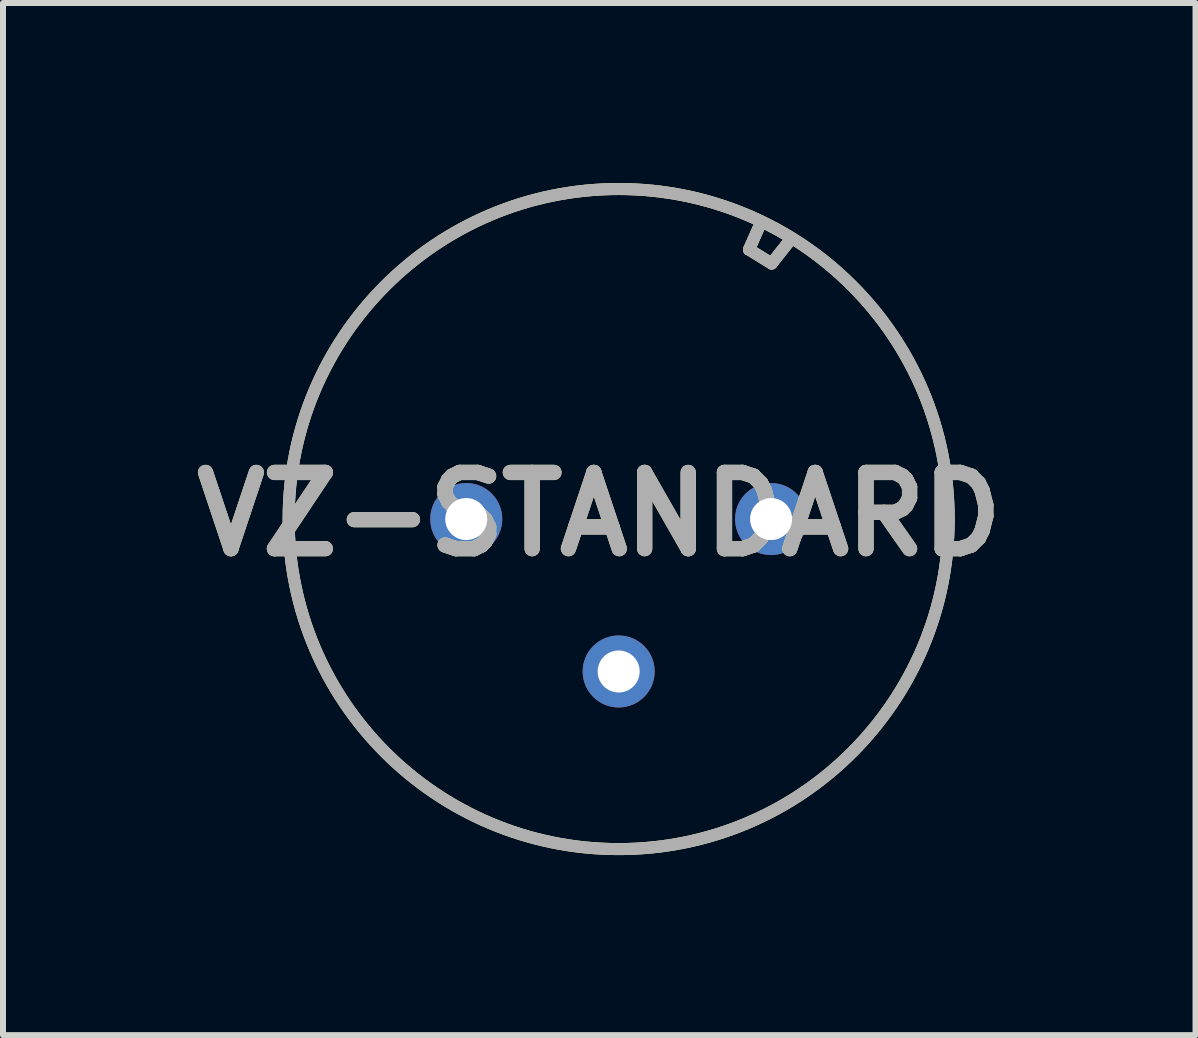
<source format=kicad_pcb>
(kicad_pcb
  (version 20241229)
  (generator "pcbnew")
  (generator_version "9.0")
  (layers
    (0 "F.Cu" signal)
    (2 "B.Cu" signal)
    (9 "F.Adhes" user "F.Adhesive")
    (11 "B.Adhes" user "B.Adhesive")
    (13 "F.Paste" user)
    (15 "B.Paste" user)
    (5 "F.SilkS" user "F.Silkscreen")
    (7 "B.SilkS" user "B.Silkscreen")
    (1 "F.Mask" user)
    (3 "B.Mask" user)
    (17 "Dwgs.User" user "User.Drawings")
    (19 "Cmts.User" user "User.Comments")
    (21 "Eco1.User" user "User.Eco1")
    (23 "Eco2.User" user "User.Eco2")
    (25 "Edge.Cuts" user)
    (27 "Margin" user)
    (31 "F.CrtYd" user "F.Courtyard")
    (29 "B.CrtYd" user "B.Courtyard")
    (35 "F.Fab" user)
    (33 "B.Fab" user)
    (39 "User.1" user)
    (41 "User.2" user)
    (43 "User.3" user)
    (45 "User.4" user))
  (footprint "VZ-STANDARD"
    (layer "F.Cu")
    (at 7.26 5.6)
    (property "Reference" "VZ-STANDARD" (at -0.323 -0.081 0) (layer "F.SilkS") (effects (font (size 1.27 1.27) (thickness 0.254))))
    (attr through_hole)
    (fp_line (start 2.172 -4.491) (end 2.549 -4.259) (stroke (width 0.2) (type solid)) (layer "F.SilkS"))
    (fp_line (start 2.332 -4.853) (end 2.172 -4.491) (stroke (width 0.2) (type solid)) (layer "F.SilkS"))
    (fp_line (start 2.549 -4.259) (end 2.825 -4.607) (stroke (width 0.2) (type solid)) (layer "F.SilkS"))
    (fp_circle (center 0 0) (end 0 5.5) (stroke (width 0.2) (type solid)) (fill no) (layer "F.SilkS"))
    (fp_line (start 2.172 -4.491) (end 2.549 -4.259) (stroke (width 0.2) (type solid)) (layer "F.Fab"))
    (fp_line (start 2.332 -4.853) (end 2.172 -4.491) (stroke (width 0.2) (type solid)) (layer "F.Fab"))
    (fp_line (start 2.549 -4.259) (end 2.825 -4.607) (stroke (width 0.2) (type solid)) (layer "F.Fab"))
    (fp_circle (center 0 0) (end 0 5.5) (stroke (width 0.2) (type solid)) (fill no) (layer "F.Fab"))
    (fp_text user "${REFERENCE}" (at -0.323 -0.081 0) (layer "F.Fab") (effects (font (size 1.27 1.27) (thickness 0.254))))
    (pad "1" thru_hole circle (at 2.54 0) (size 1.2 1.2) (drill 0.7) (layers "*.Cu" "*.Mask"))
    (pad "2" thru_hole circle (at 0 2.54) (size 1.2 1.2) (drill 0.7) (layers "*.Cu" "*.Mask"))
    (pad "3" thru_hole circle (at -2.54 0) (size 1.2 1.2) (drill 0.7) (layers "*.Cu" "*.Mask")))
  (gr_rect
    (start -3 -3)
    (end 16.873 14.2)
    (stroke (width 0.1) (type default))
    (fill no)
    (layer "Edge.Cuts")))
</source>
